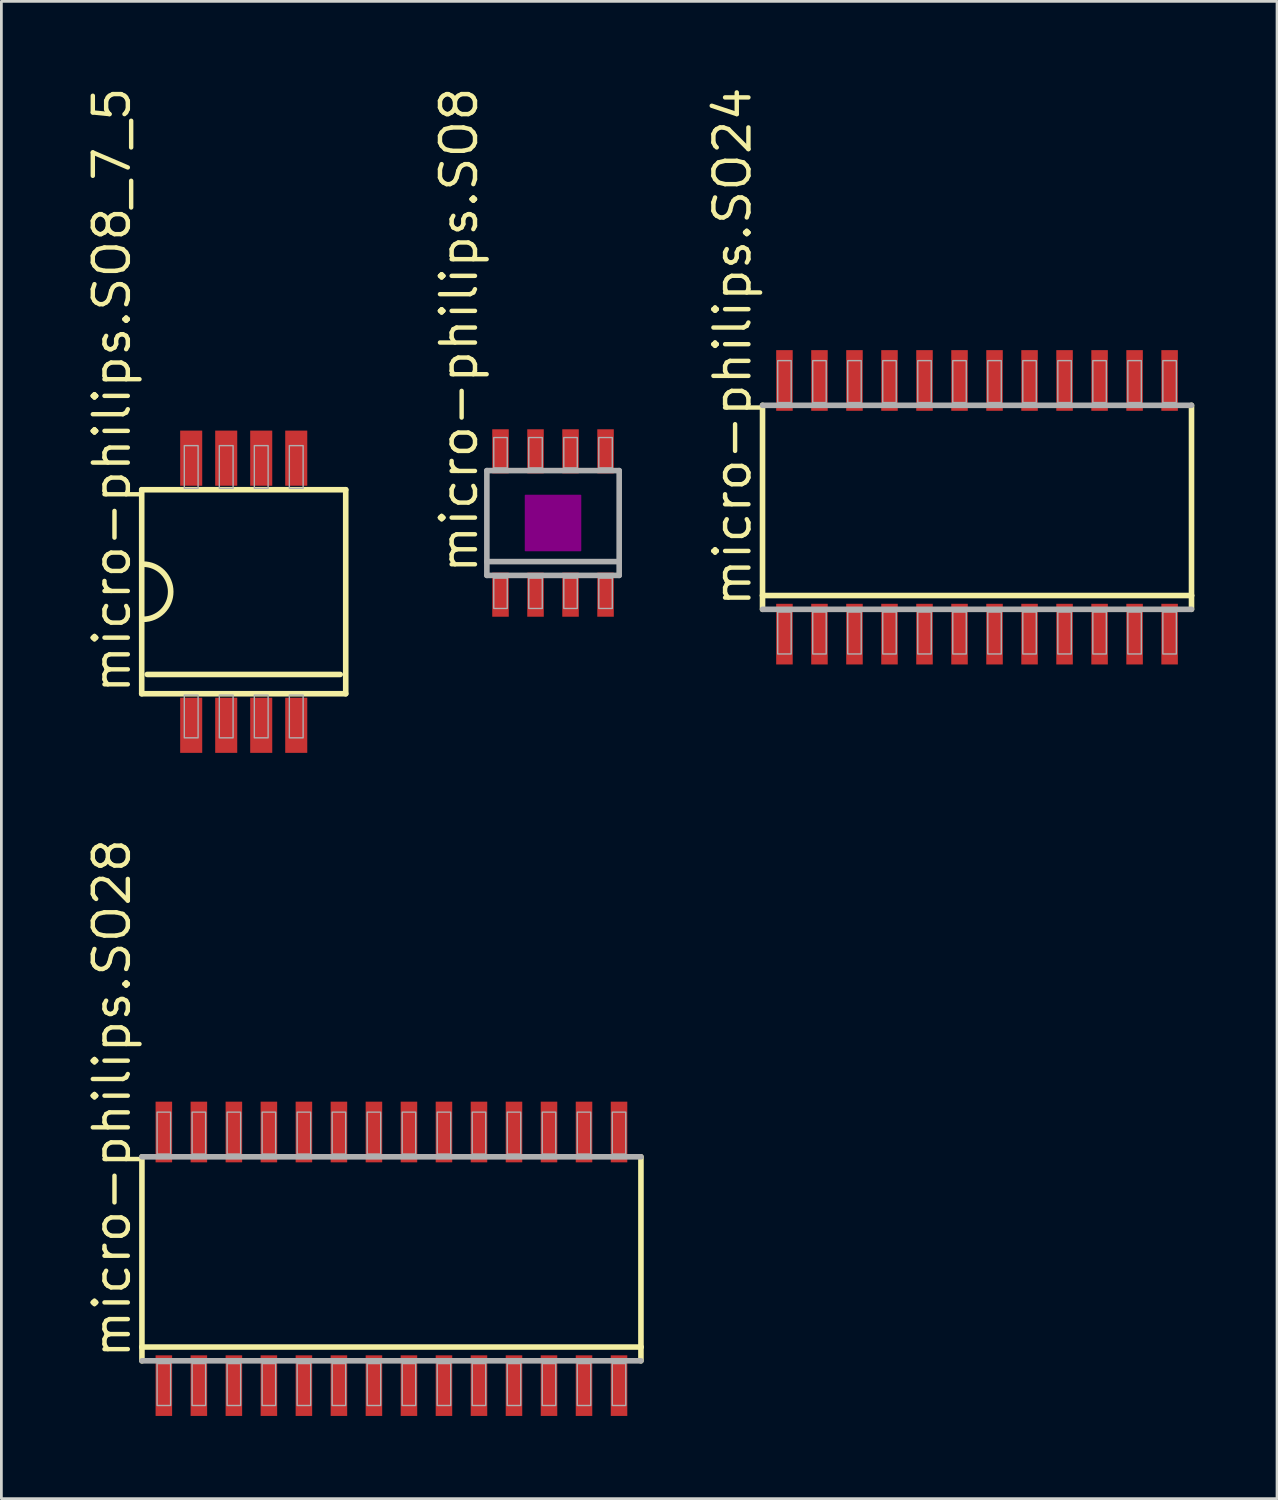
<source format=kicad_pcb>
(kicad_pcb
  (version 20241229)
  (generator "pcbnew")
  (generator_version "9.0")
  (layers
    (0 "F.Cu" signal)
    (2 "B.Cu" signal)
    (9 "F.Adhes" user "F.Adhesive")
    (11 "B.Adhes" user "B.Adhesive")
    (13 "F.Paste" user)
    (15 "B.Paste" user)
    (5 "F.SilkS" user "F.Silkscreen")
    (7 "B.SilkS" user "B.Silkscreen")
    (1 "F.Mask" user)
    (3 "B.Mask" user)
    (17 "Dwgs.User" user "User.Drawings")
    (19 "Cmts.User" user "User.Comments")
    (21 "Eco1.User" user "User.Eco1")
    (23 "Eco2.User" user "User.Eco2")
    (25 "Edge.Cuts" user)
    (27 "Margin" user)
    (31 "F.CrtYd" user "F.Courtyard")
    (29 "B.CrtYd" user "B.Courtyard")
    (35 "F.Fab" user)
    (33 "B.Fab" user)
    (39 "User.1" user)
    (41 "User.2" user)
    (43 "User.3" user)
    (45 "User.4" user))
  (footprint "micro-philips.SO24"
    (layer "F.Cu")
    (at 32.388 15.351)
    (property "Reference" "micro-philips.SO24" (at -8.128 3.683 90) (layer "F.SilkS") (effects (font (size 1.27 1.27) (thickness 0.16)) (justify left bottom)))
    (attr smd)
    (fp_line (start -7.78 3.2) (end -7.78 -3.7) (stroke (width 0.203) (type default)) (layer "F.SilkS"))
    (fp_line (start -7.78 3.7) (end -7.78 3.2) (stroke (width 0.203) (type default)) (layer "F.SilkS"))
    (fp_line (start 7.78 -3.7) (end 7.78 3.2) (stroke (width 0.203) (type default)) (layer "F.SilkS"))
    (fp_line (start 7.78 3.2) (end -7.78 3.2) (stroke (width 0.203) (type default)) (layer "F.SilkS"))
    (fp_line (start 7.78 3.2) (end 7.78 3.7) (stroke (width 0.203) (type default)) (layer "F.SilkS"))
    (fp_line (start -7.78 -3.7) (end 7.78 -3.7) (stroke (width 0.203) (type default)) (layer "F.Fab"))
    (fp_line (start 7.78 3.7) (end -7.78 3.7) (stroke (width 0.203) (type default)) (layer "F.Fab"))
    (fp_rect (start -7.23 -3.8) (end -6.74 -5.32) (stroke (width 0.05) (type default)) (fill no) (layer "F.Fab"))
    (fp_rect (start -7.23 5.32) (end -6.74 3.8) (stroke (width 0.05) (type default)) (fill no) (layer "F.Fab"))
    (fp_rect (start -5.96 -3.8) (end -5.47 -5.32) (stroke (width 0.05) (type default)) (fill no) (layer "F.Fab"))
    (fp_rect (start -5.96 5.32) (end -5.47 3.8) (stroke (width 0.05) (type default)) (fill no) (layer "F.Fab"))
    (fp_rect (start -4.69 -3.8) (end -4.2 -5.32) (stroke (width 0.05) (type default)) (fill no) (layer "F.Fab"))
    (fp_rect (start -4.69 5.32) (end -4.2 3.8) (stroke (width 0.05) (type default)) (fill no) (layer "F.Fab"))
    (fp_rect (start -3.42 -3.8) (end -2.93 -5.32) (stroke (width 0.05) (type default)) (fill no) (layer "F.Fab"))
    (fp_rect (start -3.42 5.32) (end -2.93 3.8) (stroke (width 0.05) (type default)) (fill no) (layer "F.Fab"))
    (fp_rect (start -2.15 -3.8) (end -1.66 -5.32) (stroke (width 0.05) (type default)) (fill no) (layer "F.Fab"))
    (fp_rect (start -2.15 5.32) (end -1.66 3.8) (stroke (width 0.05) (type default)) (fill no) (layer "F.Fab"))
    (fp_rect (start -0.88 -3.8) (end -0.39 -5.32) (stroke (width 0.05) (type default)) (fill no) (layer "F.Fab"))
    (fp_rect (start -0.88 5.32) (end -0.39 3.8) (stroke (width 0.05) (type default)) (fill no) (layer "F.Fab"))
    (fp_rect (start 0.39 -3.8) (end 0.88 -5.32) (stroke (width 0.05) (type default)) (fill no) (layer "F.Fab"))
    (fp_rect (start 0.39 5.32) (end 0.88 3.8) (stroke (width 0.05) (type default)) (fill no) (layer "F.Fab"))
    (fp_rect (start 1.66 -3.8) (end 2.15 -5.32) (stroke (width 0.05) (type default)) (fill no) (layer "F.Fab"))
    (fp_rect (start 1.66 5.32) (end 2.15 3.8) (stroke (width 0.05) (type default)) (fill no) (layer "F.Fab"))
    (fp_rect (start 2.93 -3.8) (end 3.42 -5.32) (stroke (width 0.05) (type default)) (fill no) (layer "F.Fab"))
    (fp_rect (start 2.93 5.32) (end 3.42 3.8) (stroke (width 0.05) (type default)) (fill no) (layer "F.Fab"))
    (fp_rect (start 4.2 -3.8) (end 4.69 -5.32) (stroke (width 0.05) (type default)) (fill no) (layer "F.Fab"))
    (fp_rect (start 4.2 5.32) (end 4.69 3.8) (stroke (width 0.05) (type default)) (fill no) (layer "F.Fab"))
    (fp_rect (start 5.47 -3.8) (end 5.96 -5.32) (stroke (width 0.05) (type default)) (fill no) (layer "F.Fab"))
    (fp_rect (start 5.47 5.32) (end 5.96 3.8) (stroke (width 0.05) (type default)) (fill no) (layer "F.Fab"))
    (fp_rect (start 6.74 -3.8) (end 7.23 -5.32) (stroke (width 0.05) (type default)) (fill no) (layer "F.Fab"))
    (fp_rect (start 6.74 5.32) (end 7.23 3.8) (stroke (width 0.05) (type default)) (fill no) (layer "F.Fab"))
    (pad "1" smd roundrect (at -6.985 4.6) (size 0.6 2.2) (layers "F.Cu" "F.Mask" "F.Paste") (roundrect_rratio 0.01))
    (pad "2" smd roundrect (at -5.715 4.6) (size 0.6 2.2) (layers "F.Cu" "F.Mask" "F.Paste") (roundrect_rratio 0.01))
    (pad "3" smd roundrect (at -4.445 4.6) (size 0.6 2.2) (layers "F.Cu" "F.Mask" "F.Paste") (roundrect_rratio 0.01))
    (pad "4" smd roundrect (at -3.175 4.6) (size 0.6 2.2) (layers "F.Cu" "F.Mask" "F.Paste") (roundrect_rratio 0.01))
    (pad "5" smd roundrect (at -1.905 4.6) (size 0.6 2.2) (layers "F.Cu" "F.Mask" "F.Paste") (roundrect_rratio 0.01))
    (pad "6" smd roundrect (at -0.635 4.6) (size 0.6 2.2) (layers "F.Cu" "F.Mask" "F.Paste") (roundrect_rratio 0.01))
    (pad "7" smd roundrect (at 0.635 4.6) (size 0.6 2.2) (layers "F.Cu" "F.Mask" "F.Paste") (roundrect_rratio 0.01))
    (pad "8" smd roundrect (at 1.905 4.6) (size 0.6 2.2) (layers "F.Cu" "F.Mask" "F.Paste") (roundrect_rratio 0.01))
    (pad "9" smd roundrect (at 3.175 4.6) (size 0.6 2.2) (layers "F.Cu" "F.Mask" "F.Paste") (roundrect_rratio 0.01))
    (pad "10" smd roundrect (at 4.445 4.6) (size 0.6 2.2) (layers "F.Cu" "F.Mask" "F.Paste") (roundrect_rratio 0.01))
    (pad "11" smd roundrect (at 5.715 4.6) (size 0.6 2.2) (layers "F.Cu" "F.Mask" "F.Paste") (roundrect_rratio 0.01))
    (pad "12" smd roundrect (at 6.985 4.6) (size 0.6 2.2) (layers "F.Cu" "F.Mask" "F.Paste") (roundrect_rratio 0.01))
    (pad "13" smd roundrect (at 6.985 -4.6) (size 0.6 2.2) (layers "F.Cu" "F.Mask" "F.Paste") (roundrect_rratio 0.01))
    (pad "14" smd roundrect (at 5.715 -4.6) (size 0.6 2.2) (layers "F.Cu" "F.Mask" "F.Paste") (roundrect_rratio 0.01))
    (pad "15" smd roundrect (at 4.445 -4.6) (size 0.6 2.2) (layers "F.Cu" "F.Mask" "F.Paste") (roundrect_rratio 0.01))
    (pad "16" smd roundrect (at 3.175 -4.6) (size 0.6 2.2) (layers "F.Cu" "F.Mask" "F.Paste") (roundrect_rratio 0.01))
    (pad "17" smd roundrect (at 1.905 -4.6) (size 0.6 2.2) (layers "F.Cu" "F.Mask" "F.Paste") (roundrect_rratio 0.01))
    (pad "18" smd roundrect (at 0.635 -4.6) (size 0.6 2.2) (layers "F.Cu" "F.Mask" "F.Paste") (roundrect_rratio 0.01))
    (pad "19" smd roundrect (at -0.635 -4.6) (size 0.6 2.2) (layers "F.Cu" "F.Mask" "F.Paste") (roundrect_rratio 0.01))
    (pad "20" smd roundrect (at -1.905 -4.6) (size 0.6 2.2) (layers "F.Cu" "F.Mask" "F.Paste") (roundrect_rratio 0.01))
    (pad "21" smd roundrect (at -3.175 -4.6) (size 0.6 2.2) (layers "F.Cu" "F.Mask" "F.Paste") (roundrect_rratio 0.01))
    (pad "22" smd roundrect (at -4.445 -4.6) (size 0.6 2.2) (layers "F.Cu" "F.Mask" "F.Paste") (roundrect_rratio 0.01))
    (pad "23" smd roundrect (at -5.715 -4.6) (size 0.6 2.2) (layers "F.Cu" "F.Mask" "F.Paste") (roundrect_rratio 0.01))
    (pad "24" smd roundrect (at -6.985 -4.6) (size 0.6 2.2) (layers "F.Cu" "F.Mask" "F.Paste") (roundrect_rratio 0.01)))
  (footprint "micro-philips.SO8_7_5"
    (layer "F.Cu")
    (at 5.79 18.413)
    (property "Reference" "micro-philips.SO8_7_5" (at -4.04 3.766 90) (layer "F.SilkS") (effects (font (size 1.27 1.27) (thickness 0.16)) (justify left bottom)))
    (attr smd)
    (fp_line (start -3.7 -3.7) (end -3.7 3.7) (stroke (width 0.203) (type default)) (layer "F.SilkS"))
    (fp_line (start -3.7 3.7) (end 3.7 3.7) (stroke (width 0.203) (type default)) (layer "F.SilkS"))
    (fp_line (start -3.5 3) (end 3.5 3) (stroke (width 0.203) (type default)) (layer "F.SilkS"))
    (fp_line (start 3.7 -3.7) (end -3.7 -3.7) (stroke (width 0.203) (type default)) (layer "F.SilkS"))
    (fp_line (start 3.7 3.7) (end 3.7 -3.7) (stroke (width 0.203) (type default)) (layer "F.SilkS"))
    (fp_arc (start -3.6484 -1) (mid -2.6484 0) (end -3.6484 1) (stroke (width 0.2032) (type default)) (layer "F.SilkS"))
    (fp_rect (start -2.155 -3.75) (end -1.655 -5.3) (stroke (width 0.05) (type default)) (fill no) (layer "F.Fab"))
    (fp_rect (start -2.155 5.3) (end -1.655 3.75) (stroke (width 0.05) (type default)) (fill no) (layer "F.Fab"))
    (fp_rect (start -0.885 -3.75) (end -0.385 -5.3) (stroke (width 0.05) (type default)) (fill no) (layer "F.Fab"))
    (fp_rect (start -0.885 5.3) (end -0.385 3.75) (stroke (width 0.05) (type default)) (fill no) (layer "F.Fab"))
    (fp_rect (start 0.385 -3.75) (end 0.885 -5.3) (stroke (width 0.05) (type default)) (fill no) (layer "F.Fab"))
    (fp_rect (start 0.385 5.3) (end 0.885 3.75) (stroke (width 0.05) (type default)) (fill no) (layer "F.Fab"))
    (fp_rect (start 1.655 -3.75) (end 2.155 -5.3) (stroke (width 0.05) (type default)) (fill no) (layer "F.Fab"))
    (fp_rect (start 1.655 5.3) (end 2.155 3.75) (stroke (width 0.05) (type default)) (fill no) (layer "F.Fab"))
    (pad "1" smd roundrect (at -1.905 4.845) (size 0.8 2) (layers "F.Cu" "F.Mask" "F.Paste") (roundrect_rratio 0.01))
    (pad "2" smd roundrect (at -0.635 4.845) (size 0.8 2) (layers "F.Cu" "F.Mask" "F.Paste") (roundrect_rratio 0.01))
    (pad "3" smd roundrect (at 0.635 4.845) (size 0.8 2) (layers "F.Cu" "F.Mask" "F.Paste") (roundrect_rratio 0.01))
    (pad "4" smd roundrect (at 1.905 4.845) (size 0.8 2) (layers "F.Cu" "F.Mask" "F.Paste") (roundrect_rratio 0.01))
    (pad "5" smd roundrect (at 1.905 -4.845) (size 0.8 2) (layers "F.Cu" "F.Mask" "F.Paste") (roundrect_rratio 0.01))
    (pad "6" smd roundrect (at 0.635 -4.845) (size 0.8 2) (layers "F.Cu" "F.Mask" "F.Paste") (roundrect_rratio 0.01))
    (pad "7" smd roundrect (at -0.635 -4.845) (size 0.8 2) (layers "F.Cu" "F.Mask" "F.Paste") (roundrect_rratio 0.01))
    (pad "8" smd roundrect (at -1.905 -4.845) (size 0.8 2) (layers "F.Cu" "F.Mask" "F.Paste") (roundrect_rratio 0.01)))
  (footprint "micro-philips.SO8"
    (layer "F.Cu")
    (at 17.009 15.92)
    (property "Reference" "micro-philips.SO8" (at -2.667 1.905 90) (layer "F.SilkS") (effects (font (size 1.27 1.27) (thickness 0.16)) (justify left bottom)))
    (attr smd)
    (fp_rect (start -1 1) (end 1 -1) (stroke (width 0.05) (type default)) (fill yes) (layer "F.Adhes"))
    (fp_line (start -2.4 -1.9) (end 2.4 -1.9) (stroke (width 0.203) (type default)) (layer "F.Fab"))
    (fp_line (start -2.4 1.4) (end -2.4 -1.9) (stroke (width 0.203) (type default)) (layer "F.Fab"))
    (fp_line (start -2.4 1.9) (end -2.4 1.4) (stroke (width 0.203) (type default)) (layer "F.Fab"))
    (fp_line (start 2.4 -1.9) (end 2.4 1.4) (stroke (width 0.203) (type default)) (layer "F.Fab"))
    (fp_line (start 2.4 1.4) (end -2.4 1.4) (stroke (width 0.203) (type default)) (layer "F.Fab"))
    (fp_line (start 2.4 1.4) (end 2.4 1.9) (stroke (width 0.203) (type default)) (layer "F.Fab"))
    (fp_line (start 2.4 1.9) (end -2.4 1.9) (stroke (width 0.203) (type default)) (layer "F.Fab"))
    (fp_rect (start -2.15 -2) (end -1.66 -3.1) (stroke (width 0.05) (type default)) (fill no) (layer "F.Fab"))
    (fp_rect (start -2.15 3.1) (end -1.66 2) (stroke (width 0.05) (type default)) (fill no) (layer "F.Fab"))
    (fp_rect (start -0.88 -2) (end -0.39 -3.1) (stroke (width 0.05) (type default)) (fill no) (layer "F.Fab"))
    (fp_rect (start -0.88 3.1) (end -0.39 2) (stroke (width 0.05) (type default)) (fill no) (layer "F.Fab"))
    (fp_rect (start 0.39 -2) (end 0.88 -3.1) (stroke (width 0.05) (type default)) (fill no) (layer "F.Fab"))
    (fp_rect (start 0.39 3.1) (end 0.88 2) (stroke (width 0.05) (type default)) (fill no) (layer "F.Fab"))
    (fp_rect (start 1.66 -2) (end 2.15 -3.1) (stroke (width 0.05) (type default)) (fill no) (layer "F.Fab"))
    (fp_rect (start 1.66 3.1) (end 2.15 2) (stroke (width 0.05) (type default)) (fill no) (layer "F.Fab"))
    (pad "1" smd roundrect (at -1.905 2.6) (size 0.6 1.6) (layers "F.Cu" "F.Mask" "F.Paste") (roundrect_rratio 0.01))
    (pad "2" smd roundrect (at -0.635 2.6) (size 0.6 1.6) (layers "F.Cu" "F.Mask" "F.Paste") (roundrect_rratio 0.01))
    (pad "3" smd roundrect (at 0.635 2.6) (size 0.6 1.6) (layers "F.Cu" "F.Mask" "F.Paste") (roundrect_rratio 0.01))
    (pad "4" smd roundrect (at 1.905 2.6) (size 0.6 1.6) (layers "F.Cu" "F.Mask" "F.Paste") (roundrect_rratio 0.01))
    (pad "5" smd roundrect (at 1.905 -2.6) (size 0.6 1.6) (layers "F.Cu" "F.Mask" "F.Paste") (roundrect_rratio 0.01))
    (pad "6" smd roundrect (at 0.635 -2.6) (size 0.6 1.6) (layers "F.Cu" "F.Mask" "F.Paste") (roundrect_rratio 0.01))
    (pad "7" smd roundrect (at -0.635 -2.6) (size 0.6 1.6) (layers "F.Cu" "F.Mask" "F.Paste") (roundrect_rratio 0.01))
    (pad "8" smd roundrect (at -1.905 -2.6) (size 0.6 1.6) (layers "F.Cu" "F.Mask" "F.Paste") (roundrect_rratio 0.01)))
  (footprint "micro-philips.SO28"
    (layer "F.Cu")
    (at 11.148 42.609)
    (property "Reference" "micro-philips.SO28" (at -9.398 3.683 90) (layer "F.SilkS") (effects (font (size 1.27 1.27) (thickness 0.16)) (justify left bottom)))
    (attr smd)
    (fp_line (start -9.05 3.2) (end -9.05 -3.7) (stroke (width 0.203) (type default)) (layer "F.SilkS"))
    (fp_line (start -9.05 3.7) (end -9.05 3.2) (stroke (width 0.203) (type default)) (layer "F.SilkS"))
    (fp_line (start 9.05 -3.7) (end 9.05 3.2) (stroke (width 0.203) (type default)) (layer "F.SilkS"))
    (fp_line (start 9.05 3.2) (end -9.05 3.2) (stroke (width 0.203) (type default)) (layer "F.SilkS"))
    (fp_line (start 9.05 3.2) (end 9.05 3.7) (stroke (width 0.203) (type default)) (layer "F.SilkS"))
    (fp_line (start -9.05 -3.7) (end 9.05 -3.7) (stroke (width 0.203) (type default)) (layer "F.Fab"))
    (fp_line (start 9.05 3.7) (end -9.05 3.7) (stroke (width 0.203) (type default)) (layer "F.Fab"))
    (fp_rect (start -8.5 -3.8) (end -8.01 -5.32) (stroke (width 0.05) (type default)) (fill no) (layer "F.Fab"))
    (fp_rect (start -8.5 5.32) (end -8.01 3.8) (stroke (width 0.05) (type default)) (fill no) (layer "F.Fab"))
    (fp_rect (start -7.23 -3.8) (end -6.74 -5.32) (stroke (width 0.05) (type default)) (fill no) (layer "F.Fab"))
    (fp_rect (start -7.23 5.32) (end -6.74 3.8) (stroke (width 0.05) (type default)) (fill no) (layer "F.Fab"))
    (fp_rect (start -5.96 -3.8) (end -5.47 -5.32) (stroke (width 0.05) (type default)) (fill no) (layer "F.Fab"))
    (fp_rect (start -5.96 5.32) (end -5.47 3.8) (stroke (width 0.05) (type default)) (fill no) (layer "F.Fab"))
    (fp_rect (start -4.69 -3.8) (end -4.2 -5.32) (stroke (width 0.05) (type default)) (fill no) (layer "F.Fab"))
    (fp_rect (start -4.69 5.32) (end -4.2 3.8) (stroke (width 0.05) (type default)) (fill no) (layer "F.Fab"))
    (fp_rect (start -3.42 -3.8) (end -2.93 -5.32) (stroke (width 0.05) (type default)) (fill no) (layer "F.Fab"))
    (fp_rect (start -3.42 5.32) (end -2.93 3.8) (stroke (width 0.05) (type default)) (fill no) (layer "F.Fab"))
    (fp_rect (start -2.15 -3.8) (end -1.66 -5.32) (stroke (width 0.05) (type default)) (fill no) (layer "F.Fab"))
    (fp_rect (start -2.15 5.32) (end -1.66 3.8) (stroke (width 0.05) (type default)) (fill no) (layer "F.Fab"))
    (fp_rect (start -0.88 -3.8) (end -0.39 -5.32) (stroke (width 0.05) (type default)) (fill no) (layer "F.Fab"))
    (fp_rect (start -0.88 5.32) (end -0.39 3.8) (stroke (width 0.05) (type default)) (fill no) (layer "F.Fab"))
    (fp_rect (start 0.39 -3.8) (end 0.88 -5.32) (stroke (width 0.05) (type default)) (fill no) (layer "F.Fab"))
    (fp_rect (start 0.39 5.32) (end 0.88 3.8) (stroke (width 0.05) (type default)) (fill no) (layer "F.Fab"))
    (fp_rect (start 1.66 -3.8) (end 2.15 -5.32) (stroke (width 0.05) (type default)) (fill no) (layer "F.Fab"))
    (fp_rect (start 1.66 5.32) (end 2.15 3.8) (stroke (width 0.05) (type default)) (fill no) (layer "F.Fab"))
    (fp_rect (start 2.93 -3.8) (end 3.42 -5.32) (stroke (width 0.05) (type default)) (fill no) (layer "F.Fab"))
    (fp_rect (start 2.93 5.32) (end 3.42 3.8) (stroke (width 0.05) (type default)) (fill no) (layer "F.Fab"))
    (fp_rect (start 4.2 -3.8) (end 4.69 -5.32) (stroke (width 0.05) (type default)) (fill no) (layer "F.Fab"))
    (fp_rect (start 4.2 5.32) (end 4.69 3.8) (stroke (width 0.05) (type default)) (fill no) (layer "F.Fab"))
    (fp_rect (start 5.47 -3.8) (end 5.96 -5.32) (stroke (width 0.05) (type default)) (fill no) (layer "F.Fab"))
    (fp_rect (start 5.47 5.32) (end 5.96 3.8) (stroke (width 0.05) (type default)) (fill no) (layer "F.Fab"))
    (fp_rect (start 6.74 -3.8) (end 7.23 -5.32) (stroke (width 0.05) (type default)) (fill no) (layer "F.Fab"))
    (fp_rect (start 6.74 5.32) (end 7.23 3.8) (stroke (width 0.05) (type default)) (fill no) (layer "F.Fab"))
    (fp_rect (start 8.01 -3.8) (end 8.5 -5.32) (stroke (width 0.05) (type default)) (fill no) (layer "F.Fab"))
    (fp_rect (start 8.01 5.32) (end 8.5 3.8) (stroke (width 0.05) (type default)) (fill no) (layer "F.Fab"))
    (pad "1" smd roundrect (at -8.255 4.6) (size 0.6 2.2) (layers "F.Cu" "F.Mask" "F.Paste") (roundrect_rratio 0.01))
    (pad "2" smd roundrect (at -6.985 4.6) (size 0.6 2.2) (layers "F.Cu" "F.Mask" "F.Paste") (roundrect_rratio 0.01))
    (pad "3" smd roundrect (at -5.715 4.6) (size 0.6 2.2) (layers "F.Cu" "F.Mask" "F.Paste") (roundrect_rratio 0.01))
    (pad "4" smd roundrect (at -4.445 4.6) (size 0.6 2.2) (layers "F.Cu" "F.Mask" "F.Paste") (roundrect_rratio 0.01))
    (pad "5" smd roundrect (at -3.175 4.6) (size 0.6 2.2) (layers "F.Cu" "F.Mask" "F.Paste") (roundrect_rratio 0.01))
    (pad "6" smd roundrect (at -1.905 4.6) (size 0.6 2.2) (layers "F.Cu" "F.Mask" "F.Paste") (roundrect_rratio 0.01))
    (pad "7" smd roundrect (at -0.635 4.6) (size 0.6 2.2) (layers "F.Cu" "F.Mask" "F.Paste") (roundrect_rratio 0.01))
    (pad "8" smd roundrect (at 0.635 4.6) (size 0.6 2.2) (layers "F.Cu" "F.Mask" "F.Paste") (roundrect_rratio 0.01))
    (pad "9" smd roundrect (at 1.905 4.6) (size 0.6 2.2) (layers "F.Cu" "F.Mask" "F.Paste") (roundrect_rratio 0.01))
    (pad "10" smd roundrect (at 3.175 4.6) (size 0.6 2.2) (layers "F.Cu" "F.Mask" "F.Paste") (roundrect_rratio 0.01))
    (pad "11" smd roundrect (at 4.445 4.6) (size 0.6 2.2) (layers "F.Cu" "F.Mask" "F.Paste") (roundrect_rratio 0.01))
    (pad "12" smd roundrect (at 5.715 4.6) (size 0.6 2.2) (layers "F.Cu" "F.Mask" "F.Paste") (roundrect_rratio 0.01))
    (pad "13" smd roundrect (at 6.985 4.6) (size 0.6 2.2) (layers "F.Cu" "F.Mask" "F.Paste") (roundrect_rratio 0.01))
    (pad "14" smd roundrect (at 8.255 4.6) (size 0.6 2.2) (layers "F.Cu" "F.Mask" "F.Paste") (roundrect_rratio 0.01))
    (pad "15" smd roundrect (at 8.255 -4.6) (size 0.6 2.2) (layers "F.Cu" "F.Mask" "F.Paste") (roundrect_rratio 0.01))
    (pad "16" smd roundrect (at 6.985 -4.6) (size 0.6 2.2) (layers "F.Cu" "F.Mask" "F.Paste") (roundrect_rratio 0.01))
    (pad "17" smd roundrect (at 5.715 -4.6) (size 0.6 2.2) (layers "F.Cu" "F.Mask" "F.Paste") (roundrect_rratio 0.01))
    (pad "18" smd roundrect (at 4.445 -4.6) (size 0.6 2.2) (layers "F.Cu" "F.Mask" "F.Paste") (roundrect_rratio 0.01))
    (pad "19" smd roundrect (at 3.175 -4.6) (size 0.6 2.2) (layers "F.Cu" "F.Mask" "F.Paste") (roundrect_rratio 0.01))
    (pad "20" smd roundrect (at 1.905 -4.6) (size 0.6 2.2) (layers "F.Cu" "F.Mask" "F.Paste") (roundrect_rratio 0.01))
    (pad "21" smd roundrect (at 0.635 -4.6) (size 0.6 2.2) (layers "F.Cu" "F.Mask" "F.Paste") (roundrect_rratio 0.01))
    (pad "22" smd roundrect (at -0.635 -4.6) (size 0.6 2.2) (layers "F.Cu" "F.Mask" "F.Paste") (roundrect_rratio 0.01))
    (pad "23" smd roundrect (at -1.905 -4.6) (size 0.6 2.2) (layers "F.Cu" "F.Mask" "F.Paste") (roundrect_rratio 0.01))
    (pad "24" smd roundrect (at -3.175 -4.6) (size 0.6 2.2) (layers "F.Cu" "F.Mask" "F.Paste") (roundrect_rratio 0.01))
    (pad "25" smd roundrect (at -4.445 -4.6) (size 0.6 2.2) (layers "F.Cu" "F.Mask" "F.Paste") (roundrect_rratio 0.01))
    (pad "26" smd roundrect (at -5.715 -4.6) (size 0.6 2.2) (layers "F.Cu" "F.Mask" "F.Paste") (roundrect_rratio 0.01))
    (pad "27" smd roundrect (at -6.985 -4.6) (size 0.6 2.2) (layers "F.Cu" "F.Mask" "F.Paste") (roundrect_rratio 0.01))
    (pad "28" smd roundrect (at -8.255 -4.6) (size 0.6 2.2) (layers "F.Cu" "F.Mask" "F.Paste") (roundrect_rratio 0.01)))
  (gr_rect
    (start -3 -3)
    (end 43.27 51.309)
    (stroke (width 0.1) (type default))
    (fill no)
    (layer "Edge.Cuts")))
</source>
